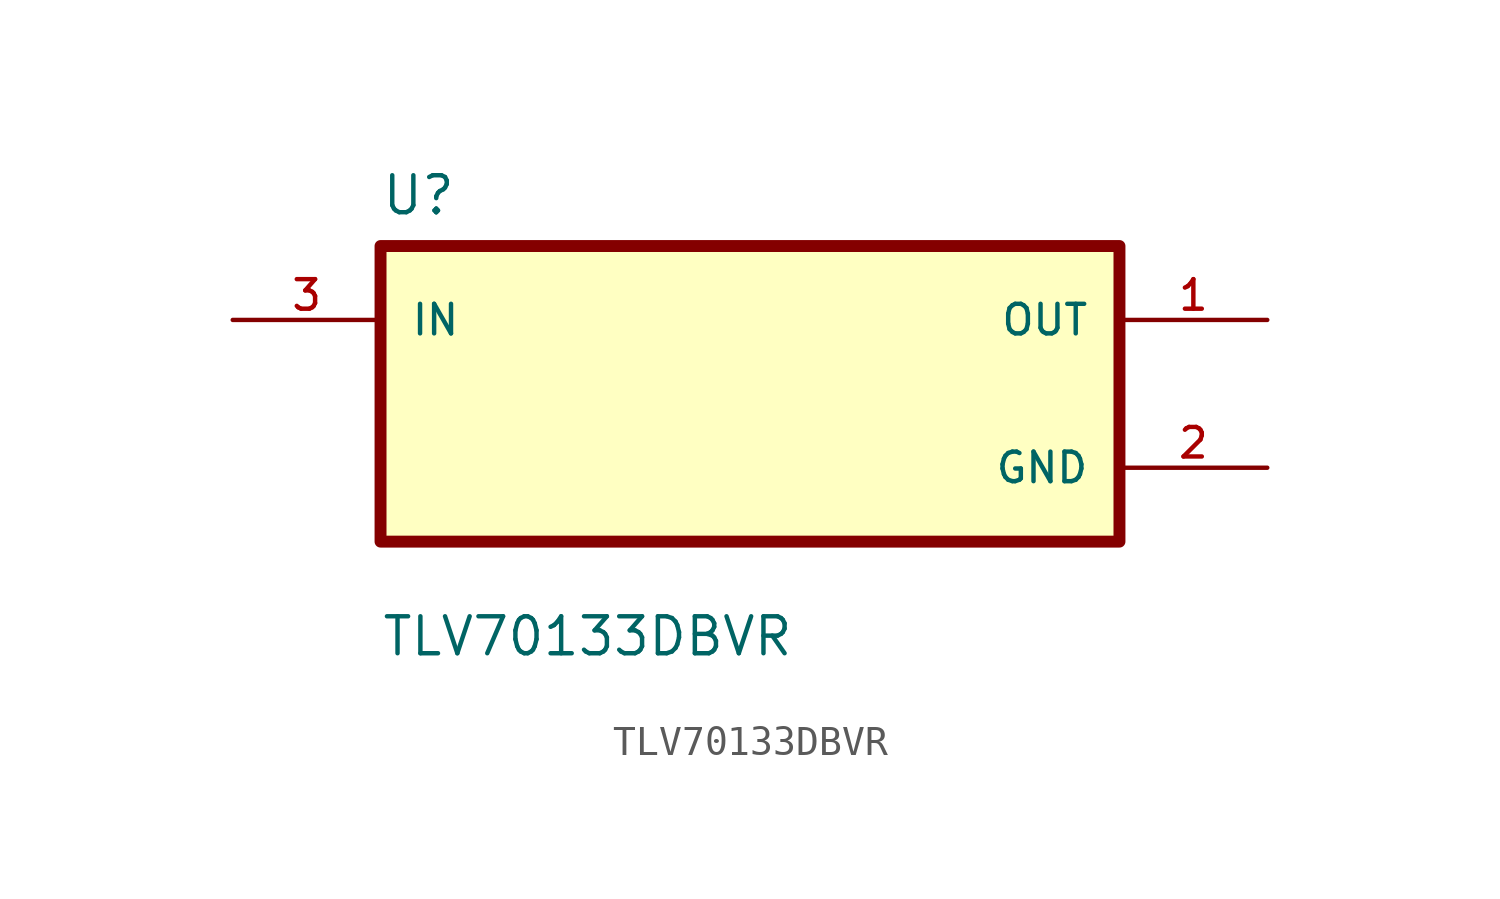
<source format=kicad_sym>
(kicad_symbol_lib
  (version 20220914)
  (generator kicad_symbol_editor)
  (symbol "TLV70133DBVR"
    (pin_names
      (offset 1.016))
    (property "Reference" "U"
      (at -12.7 6.08 0)
      (effects (font (size 1.27 1.27)) (justify left bottom)))
    (property "Value" "TLV70133DBVR"
      (at -12.7 -9.08 0)
      (effects (font (size 1.27 1.27)) (justify left bottom)))
    (symbol "TLV70133DBVR_0_0"
      (rectangle (start -12.7 5.08) (end 12.7 -5.08) (stroke (width 0.41) (type default)) (fill (type background)))
      (pin output line (at 17.78 2.54 180) (length 5.08) (name "OUT" (effects (font (size 1.016 1.016)))) (number "1" (effects (font (size 1.016 1.016)))))
      (pin power_in line (at 17.78 -2.54 180) (length 5.08) (name "GND" (effects (font (size 1.016 1.016)))) (number "2" (effects (font (size 1.016 1.016)))))
      (pin input line (at -17.78 2.54 0) (length 5.08) (name "IN" (effects (font (size 1.016 1.016)))) (number "3" (effects (font (size 1.016 1.016))))))))
</source>
